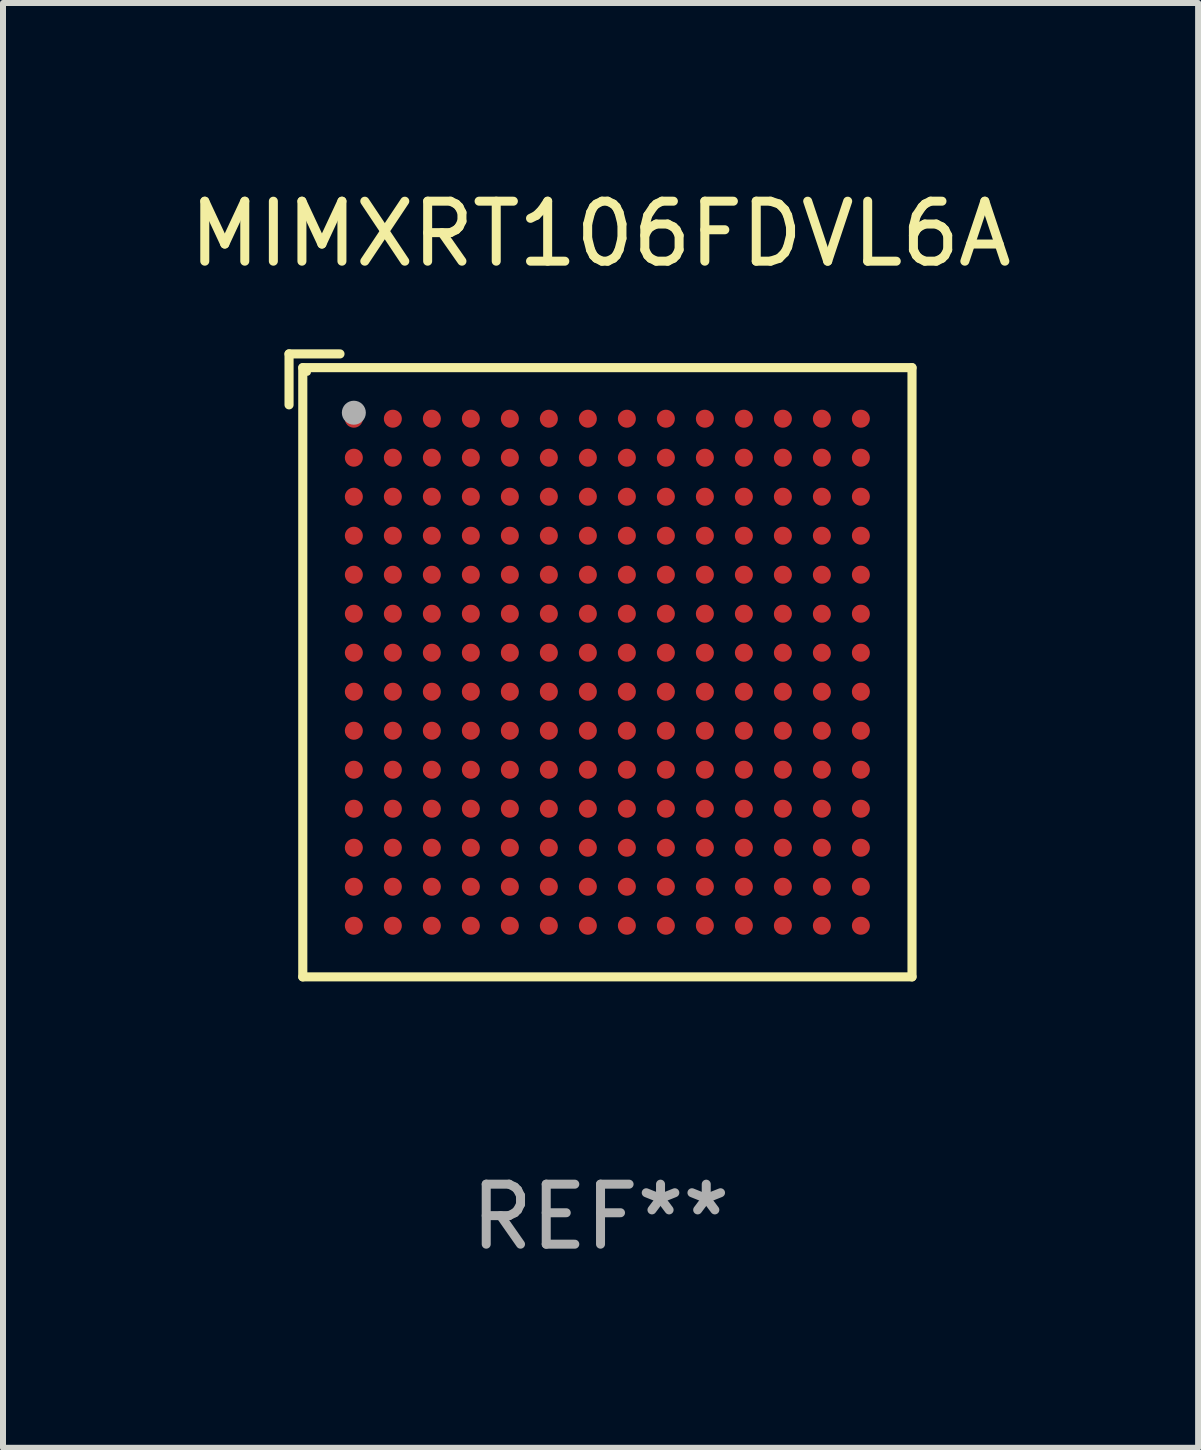
<source format=kicad_pcb>
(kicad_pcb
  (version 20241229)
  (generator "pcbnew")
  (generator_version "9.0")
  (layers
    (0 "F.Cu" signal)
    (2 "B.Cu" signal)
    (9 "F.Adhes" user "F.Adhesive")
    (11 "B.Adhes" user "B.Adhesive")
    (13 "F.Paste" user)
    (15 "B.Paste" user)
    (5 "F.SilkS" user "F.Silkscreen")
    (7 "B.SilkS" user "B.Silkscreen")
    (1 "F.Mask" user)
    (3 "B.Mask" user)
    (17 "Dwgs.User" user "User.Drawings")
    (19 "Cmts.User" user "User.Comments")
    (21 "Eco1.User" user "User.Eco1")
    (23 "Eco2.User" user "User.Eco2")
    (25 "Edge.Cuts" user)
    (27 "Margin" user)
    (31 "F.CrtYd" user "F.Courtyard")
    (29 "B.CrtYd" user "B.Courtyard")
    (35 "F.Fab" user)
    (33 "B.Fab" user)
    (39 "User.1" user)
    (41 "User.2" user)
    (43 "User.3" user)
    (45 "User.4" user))
  (footprint "MIMXRT106FDVL6A"
    (layer "F.Cu")
    (at 6.958 8.039)
    (property "Reference" "MIMXRT106FDVL6A" (at 0 -7.191 0) (layer "F.SilkS") (effects (font (size 1 1) (thickness 0.15))))
    (attr through_hole)
    (fp_line (start -5.191 -5.191) (end -4.342 -5.191) (stroke (width 0.152) (type solid)) (layer "F.SilkS"))
    (fp_line (start -5.191 -4.342) (end -5.191 -5.191) (stroke (width 0.152) (type solid)) (layer "F.SilkS"))
    (fp_line (start -4.962 -4.962) (end 5.191 -4.962) (stroke (width 0.152) (type solid)) (layer "F.SilkS"))
    (fp_line (start -4.962 5.191) (end -4.962 -4.962) (stroke (width 0.152) (type solid)) (layer "F.SilkS"))
    (fp_line (start 5.191 -4.962) (end 5.191 5.191) (stroke (width 0.152) (type solid)) (layer "F.SilkS"))
    (fp_line (start 5.191 5.191) (end -4.962 5.191) (stroke (width 0.152) (type solid)) (layer "F.SilkS"))
    (fp_circle (center -4.886 -4.886) (end -4.856 -4.886) (stroke (width 0.06) (type solid)) (fill no) (layer "F.SilkS"))
    (fp_circle (center -4.111 -4.211) (end -4.011 -4.211) (stroke (width 0.2) (type solid)) (fill no) (layer "F.Fab"))
    (fp_text user "REF**" (at 0 9.191 0) (layer "F.Fab") (effects (font (size 1 1) (thickness 0.15))))
    (pad "A1" smd circle (at -4.111 -4.111) (size 0.3 0.3) (layers "F.Cu" "F.Mask" "F.Paste"))
    (pad "A2" smd circle (at -3.461 -4.111) (size 0.3 0.3) (layers "F.Cu" "F.Mask" "F.Paste"))
    (pad "A3" smd circle (at -2.811 -4.111) (size 0.3 0.3) (layers "F.Cu" "F.Mask" "F.Paste"))
    (pad "A4" smd circle (at -2.161 -4.111) (size 0.3 0.3) (layers "F.Cu" "F.Mask" "F.Paste"))
    (pad "A5" smd circle (at -1.511 -4.111) (size 0.3 0.3) (layers "F.Cu" "F.Mask" "F.Paste"))
    (pad "A6" smd circle (at -0.861 -4.111) (size 0.3 0.3) (layers "F.Cu" "F.Mask" "F.Paste"))
    (pad "A7" smd circle (at -0.211 -4.111) (size 0.3 0.3) (layers "F.Cu" "F.Mask" "F.Paste"))
    (pad "A8" smd circle (at 0.439 -4.111) (size 0.3 0.3) (layers "F.Cu" "F.Mask" "F.Paste"))
    (pad "A9" smd circle (at 1.089 -4.111) (size 0.3 0.3) (layers "F.Cu" "F.Mask" "F.Paste"))
    (pad "A10" smd circle (at 1.739 -4.111) (size 0.3 0.3) (layers "F.Cu" "F.Mask" "F.Paste"))
    (pad "A11" smd circle (at 2.389 -4.111) (size 0.3 0.3) (layers "F.Cu" "F.Mask" "F.Paste"))
    (pad "A12" smd circle (at 3.039 -4.111) (size 0.3 0.3) (layers "F.Cu" "F.Mask" "F.Paste"))
    (pad "A13" smd circle (at 3.689 -4.111) (size 0.3 0.3) (layers "F.Cu" "F.Mask" "F.Paste"))
    (pad "A14" smd circle (at 4.339 -4.111) (size 0.3 0.3) (layers "F.Cu" "F.Mask" "F.Paste"))
    (pad "B1" smd circle (at -4.111 -3.461) (size 0.3 0.3) (layers "F.Cu" "F.Mask" "F.Paste"))
    (pad "B2" smd circle (at -3.461 -3.461) (size 0.3 0.3) (layers "F.Cu" "F.Mask" "F.Paste"))
    (pad "B3" smd circle (at -2.811 -3.461) (size 0.3 0.3) (layers "F.Cu" "F.Mask" "F.Paste"))
    (pad "B4" smd circle (at -2.161 -3.461) (size 0.3 0.3) (layers "F.Cu" "F.Mask" "F.Paste"))
    (pad "B5" smd circle (at -1.511 -3.461) (size 0.3 0.3) (layers "F.Cu" "F.Mask" "F.Paste"))
    (pad "B6" smd circle (at -0.861 -3.461) (size 0.3 0.3) (layers "F.Cu" "F.Mask" "F.Paste"))
    (pad "B7" smd circle (at -0.211 -3.461) (size 0.3 0.3) (layers "F.Cu" "F.Mask" "F.Paste"))
    (pad "B8" smd circle (at 0.439 -3.461) (size 0.3 0.3) (layers "F.Cu" "F.Mask" "F.Paste"))
    (pad "B9" smd circle (at 1.089 -3.461) (size 0.3 0.3) (layers "F.Cu" "F.Mask" "F.Paste"))
    (pad "B10" smd circle (at 1.739 -3.461) (size 0.3 0.3) (layers "F.Cu" "F.Mask" "F.Paste"))
    (pad "B11" smd circle (at 2.389 -3.461) (size 0.3 0.3) (layers "F.Cu" "F.Mask" "F.Paste"))
    (pad "B12" smd circle (at 3.039 -3.461) (size 0.3 0.3) (layers "F.Cu" "F.Mask" "F.Paste"))
    (pad "B13" smd circle (at 3.689 -3.461) (size 0.3 0.3) (layers "F.Cu" "F.Mask" "F.Paste"))
    (pad "B14" smd circle (at 4.339 -3.461) (size 0.3 0.3) (layers "F.Cu" "F.Mask" "F.Paste"))
    (pad "C1" smd circle (at -4.111 -2.811) (size 0.3 0.3) (layers "F.Cu" "F.Mask" "F.Paste"))
    (pad "C2" smd circle (at -3.461 -2.811) (size 0.3 0.3) (layers "F.Cu" "F.Mask" "F.Paste"))
    (pad "C3" smd circle (at -2.811 -2.811) (size 0.3 0.3) (layers "F.Cu" "F.Mask" "F.Paste"))
    (pad "C4" smd circle (at -2.161 -2.811) (size 0.3 0.3) (layers "F.Cu" "F.Mask" "F.Paste"))
    (pad "C5" smd circle (at -1.511 -2.811) (size 0.3 0.3) (layers "F.Cu" "F.Mask" "F.Paste"))
    (pad "C6" smd circle (at -0.861 -2.811) (size 0.3 0.3) (layers "F.Cu" "F.Mask" "F.Paste"))
    (pad "C7" smd circle (at -0.211 -2.811) (size 0.3 0.3) (layers "F.Cu" "F.Mask" "F.Paste"))
    (pad "C8" smd circle (at 0.439 -2.811) (size 0.3 0.3) (layers "F.Cu" "F.Mask" "F.Paste"))
    (pad "C9" smd circle (at 1.089 -2.811) (size 0.3 0.3) (layers "F.Cu" "F.Mask" "F.Paste"))
    (pad "C10" smd circle (at 1.739 -2.811) (size 0.3 0.3) (layers "F.Cu" "F.Mask" "F.Paste"))
    (pad "C11" smd circle (at 2.389 -2.811) (size 0.3 0.3) (layers "F.Cu" "F.Mask" "F.Paste"))
    (pad "C12" smd circle (at 3.039 -2.811) (size 0.3 0.3) (layers "F.Cu" "F.Mask" "F.Paste"))
    (pad "C13" smd circle (at 3.689 -2.811) (size 0.3 0.3) (layers "F.Cu" "F.Mask" "F.Paste"))
    (pad "C14" smd circle (at 4.339 -2.811) (size 0.3 0.3) (layers "F.Cu" "F.Mask" "F.Paste"))
    (pad "D1" smd circle (at -4.111 -2.161) (size 0.3 0.3) (layers "F.Cu" "F.Mask" "F.Paste"))
    (pad "D2" smd circle (at -3.461 -2.161) (size 0.3 0.3) (layers "F.Cu" "F.Mask" "F.Paste"))
    (pad "D3" smd circle (at -2.811 -2.161) (size 0.3 0.3) (layers "F.Cu" "F.Mask" "F.Paste"))
    (pad "D4" smd circle (at -2.161 -2.161) (size 0.3 0.3) (layers "F.Cu" "F.Mask" "F.Paste"))
    (pad "D5" smd circle (at -1.511 -2.161) (size 0.3 0.3) (layers "F.Cu" "F.Mask" "F.Paste"))
    (pad "D6" smd circle (at -0.861 -2.161) (size 0.3 0.3) (layers "F.Cu" "F.Mask" "F.Paste"))
    (pad "D7" smd circle (at -0.211 -2.161) (size 0.3 0.3) (layers "F.Cu" "F.Mask" "F.Paste"))
    (pad "D8" smd circle (at 0.439 -2.161) (size 0.3 0.3) (layers "F.Cu" "F.Mask" "F.Paste"))
    (pad "D9" smd circle (at 1.089 -2.161) (size 0.3 0.3) (layers "F.Cu" "F.Mask" "F.Paste"))
    (pad "D10" smd circle (at 1.739 -2.161) (size 0.3 0.3) (layers "F.Cu" "F.Mask" "F.Paste"))
    (pad "D11" smd circle (at 2.389 -2.161) (size 0.3 0.3) (layers "F.Cu" "F.Mask" "F.Paste"))
    (pad "D12" smd circle (at 3.039 -2.161) (size 0.3 0.3) (layers "F.Cu" "F.Mask" "F.Paste"))
    (pad "D13" smd circle (at 3.689 -2.161) (size 0.3 0.3) (layers "F.Cu" "F.Mask" "F.Paste"))
    (pad "D14" smd circle (at 4.339 -2.161) (size 0.3 0.3) (layers "F.Cu" "F.Mask" "F.Paste"))
    (pad "E1" smd circle (at -4.111 -1.511) (size 0.3 0.3) (layers "F.Cu" "F.Mask" "F.Paste"))
    (pad "E2" smd circle (at -3.461 -1.511) (size 0.3 0.3) (layers "F.Cu" "F.Mask" "F.Paste"))
    (pad "E3" smd circle (at -2.811 -1.511) (size 0.3 0.3) (layers "F.Cu" "F.Mask" "F.Paste"))
    (pad "E4" smd circle (at -2.161 -1.511) (size 0.3 0.3) (layers "F.Cu" "F.Mask" "F.Paste"))
    (pad "E5" smd circle (at -1.511 -1.511) (size 0.3 0.3) (layers "F.Cu" "F.Mask" "F.Paste"))
    (pad "E6" smd circle (at -0.861 -1.511) (size 0.3 0.3) (layers "F.Cu" "F.Mask" "F.Paste"))
    (pad "E7" smd circle (at -0.211 -1.511) (size 0.3 0.3) (layers "F.Cu" "F.Mask" "F.Paste"))
    (pad "E8" smd circle (at 0.439 -1.511) (size 0.3 0.3) (layers "F.Cu" "F.Mask" "F.Paste"))
    (pad "E9" smd circle (at 1.089 -1.511) (size 0.3 0.3) (layers "F.Cu" "F.Mask" "F.Paste"))
    (pad "E10" smd circle (at 1.739 -1.511) (size 0.3 0.3) (layers "F.Cu" "F.Mask" "F.Paste"))
    (pad "E11" smd circle (at 2.389 -1.511) (size 0.3 0.3) (layers "F.Cu" "F.Mask" "F.Paste"))
    (pad "E12" smd circle (at 3.039 -1.511) (size 0.3 0.3) (layers "F.Cu" "F.Mask" "F.Paste"))
    (pad "E13" smd circle (at 3.689 -1.511) (size 0.3 0.3) (layers "F.Cu" "F.Mask" "F.Paste"))
    (pad "E14" smd circle (at 4.339 -1.511) (size 0.3 0.3) (layers "F.Cu" "F.Mask" "F.Paste"))
    (pad "F1" smd circle (at -4.111 -0.861) (size 0.3 0.3) (layers "F.Cu" "F.Mask" "F.Paste"))
    (pad "F2" smd circle (at -3.461 -0.861) (size 0.3 0.3) (layers "F.Cu" "F.Mask" "F.Paste"))
    (pad "F3" smd circle (at -2.811 -0.861) (size 0.3 0.3) (layers "F.Cu" "F.Mask" "F.Paste"))
    (pad "F4" smd circle (at -2.161 -0.861) (size 0.3 0.3) (layers "F.Cu" "F.Mask" "F.Paste"))
    (pad "F5" smd circle (at -1.511 -0.861) (size 0.3 0.3) (layers "F.Cu" "F.Mask" "F.Paste"))
    (pad "F6" smd circle (at -0.861 -0.861) (size 0.3 0.3) (layers "F.Cu" "F.Mask" "F.Paste"))
    (pad "F7" smd circle (at -0.211 -0.861) (size 0.3 0.3) (layers "F.Cu" "F.Mask" "F.Paste"))
    (pad "F8" smd circle (at 0.439 -0.861) (size 0.3 0.3) (layers "F.Cu" "F.Mask" "F.Paste"))
    (pad "F9" smd circle (at 1.089 -0.861) (size 0.3 0.3) (layers "F.Cu" "F.Mask" "F.Paste"))
    (pad "F10" smd circle (at 1.739 -0.861) (size 0.3 0.3) (layers "F.Cu" "F.Mask" "F.Paste"))
    (pad "F11" smd circle (at 2.389 -0.861) (size 0.3 0.3) (layers "F.Cu" "F.Mask" "F.Paste"))
    (pad "F12" smd circle (at 3.039 -0.861) (size 0.3 0.3) (layers "F.Cu" "F.Mask" "F.Paste"))
    (pad "F13" smd circle (at 3.689 -0.861) (size 0.3 0.3) (layers "F.Cu" "F.Mask" "F.Paste"))
    (pad "F14" smd circle (at 4.339 -0.861) (size 0.3 0.3) (layers "F.Cu" "F.Mask" "F.Paste"))
    (pad "G1" smd circle (at -4.111 -0.211) (size 0.3 0.3) (layers "F.Cu" "F.Mask" "F.Paste"))
    (pad "G2" smd circle (at -3.461 -0.211) (size 0.3 0.3) (layers "F.Cu" "F.Mask" "F.Paste"))
    (pad "G3" smd circle (at -2.811 -0.211) (size 0.3 0.3) (layers "F.Cu" "F.Mask" "F.Paste"))
    (pad "G4" smd circle (at -2.161 -0.211) (size 0.3 0.3) (layers "F.Cu" "F.Mask" "F.Paste"))
    (pad "G5" smd circle (at -1.511 -0.211) (size 0.3 0.3) (layers "F.Cu" "F.Mask" "F.Paste"))
    (pad "G6" smd circle (at -0.861 -0.211) (size 0.3 0.3) (layers "F.Cu" "F.Mask" "F.Paste"))
    (pad "G7" smd circle (at -0.211 -0.211) (size 0.3 0.3) (layers "F.Cu" "F.Mask" "F.Paste"))
    (pad "G8" smd circle (at 0.439 -0.211) (size 0.3 0.3) (layers "F.Cu" "F.Mask" "F.Paste"))
    (pad "G9" smd circle (at 1.089 -0.211) (size 0.3 0.3) (layers "F.Cu" "F.Mask" "F.Paste"))
    (pad "G10" smd circle (at 1.739 -0.211) (size 0.3 0.3) (layers "F.Cu" "F.Mask" "F.Paste"))
    (pad "G11" smd circle (at 2.389 -0.211) (size 0.3 0.3) (layers "F.Cu" "F.Mask" "F.Paste"))
    (pad "G12" smd circle (at 3.039 -0.211) (size 0.3 0.3) (layers "F.Cu" "F.Mask" "F.Paste"))
    (pad "G13" smd circle (at 3.689 -0.211) (size 0.3 0.3) (layers "F.Cu" "F.Mask" "F.Paste"))
    (pad "G14" smd circle (at 4.339 -0.211) (size 0.3 0.3) (layers "F.Cu" "F.Mask" "F.Paste"))
    (pad "H1" smd circle (at -4.111 0.439) (size 0.3 0.3) (layers "F.Cu" "F.Mask" "F.Paste"))
    (pad "H2" smd circle (at -3.461 0.439) (size 0.3 0.3) (layers "F.Cu" "F.Mask" "F.Paste"))
    (pad "H3" smd circle (at -2.811 0.439) (size 0.3 0.3) (layers "F.Cu" "F.Mask" "F.Paste"))
    (pad "H4" smd circle (at -2.161 0.439) (size 0.3 0.3) (layers "F.Cu" "F.Mask" "F.Paste"))
    (pad "H5" smd circle (at -1.511 0.439) (size 0.3 0.3) (layers "F.Cu" "F.Mask" "F.Paste"))
    (pad "H6" smd circle (at -0.861 0.439) (size 0.3 0.3) (layers "F.Cu" "F.Mask" "F.Paste"))
    (pad "H7" smd circle (at -0.211 0.439) (size 0.3 0.3) (layers "F.Cu" "F.Mask" "F.Paste"))
    (pad "H8" smd circle (at 0.439 0.439) (size 0.3 0.3) (layers "F.Cu" "F.Mask" "F.Paste"))
    (pad "H9" smd circle (at 1.089 0.439) (size 0.3 0.3) (layers "F.Cu" "F.Mask" "F.Paste"))
    (pad "H10" smd circle (at 1.739 0.439) (size 0.3 0.3) (layers "F.Cu" "F.Mask" "F.Paste"))
    (pad "H11" smd circle (at 2.389 0.439) (size 0.3 0.3) (layers "F.Cu" "F.Mask" "F.Paste"))
    (pad "H12" smd circle (at 3.039 0.439) (size 0.3 0.3) (layers "F.Cu" "F.Mask" "F.Paste"))
    (pad "H13" smd circle (at 3.689 0.439) (size 0.3 0.3) (layers "F.Cu" "F.Mask" "F.Paste"))
    (pad "H14" smd circle (at 4.339 0.439) (size 0.3 0.3) (layers "F.Cu" "F.Mask" "F.Paste"))
    (pad "J1" smd circle (at -4.111 1.089) (size 0.3 0.3) (layers "F.Cu" "F.Mask" "F.Paste"))
    (pad "J2" smd circle (at -3.461 1.089) (size 0.3 0.3) (layers "F.Cu" "F.Mask" "F.Paste"))
    (pad "J3" smd circle (at -2.811 1.089) (size 0.3 0.3) (layers "F.Cu" "F.Mask" "F.Paste"))
    (pad "J4" smd circle (at -2.161 1.089) (size 0.3 0.3) (layers "F.Cu" "F.Mask" "F.Paste"))
    (pad "J5" smd circle (at -1.511 1.089) (size 0.3 0.3) (layers "F.Cu" "F.Mask" "F.Paste"))
    (pad "J6" smd circle (at -0.861 1.089) (size 0.3 0.3) (layers "F.Cu" "F.Mask" "F.Paste"))
    (pad "J7" smd circle (at -0.211 1.089) (size 0.3 0.3) (layers "F.Cu" "F.Mask" "F.Paste"))
    (pad "J8" smd circle (at 0.439 1.089) (size 0.3 0.3) (layers "F.Cu" "F.Mask" "F.Paste"))
    (pad "J9" smd circle (at 1.089 1.089) (size 0.3 0.3) (layers "F.Cu" "F.Mask" "F.Paste"))
    (pad "J10" smd circle (at 1.739 1.089) (size 0.3 0.3) (layers "F.Cu" "F.Mask" "F.Paste"))
    (pad "J11" smd circle (at 2.389 1.089) (size 0.3 0.3) (layers "F.Cu" "F.Mask" "F.Paste"))
    (pad "J12" smd circle (at 3.039 1.089) (size 0.3 0.3) (layers "F.Cu" "F.Mask" "F.Paste"))
    (pad "J13" smd circle (at 3.689 1.089) (size 0.3 0.3) (layers "F.Cu" "F.Mask" "F.Paste"))
    (pad "J14" smd circle (at 4.339 1.089) (size 0.3 0.3) (layers "F.Cu" "F.Mask" "F.Paste"))
    (pad "K1" smd circle (at -4.111 1.739) (size 0.3 0.3) (layers "F.Cu" "F.Mask" "F.Paste"))
    (pad "K2" smd circle (at -3.461 1.739) (size 0.3 0.3) (layers "F.Cu" "F.Mask" "F.Paste"))
    (pad "K3" smd circle (at -2.811 1.739) (size 0.3 0.3) (layers "F.Cu" "F.Mask" "F.Paste"))
    (pad "K4" smd circle (at -2.161 1.739) (size 0.3 0.3) (layers "F.Cu" "F.Mask" "F.Paste"))
    (pad "K5" smd circle (at -1.511 1.739) (size 0.3 0.3) (layers "F.Cu" "F.Mask" "F.Paste"))
    (pad "K6" smd circle (at -0.861 1.739) (size 0.3 0.3) (layers "F.Cu" "F.Mask" "F.Paste"))
    (pad "K7" smd circle (at -0.211 1.739) (size 0.3 0.3) (layers "F.Cu" "F.Mask" "F.Paste"))
    (pad "K8" smd circle (at 0.439 1.739) (size 0.3 0.3) (layers "F.Cu" "F.Mask" "F.Paste"))
    (pad "K9" smd circle (at 1.089 1.739) (size 0.3 0.3) (layers "F.Cu" "F.Mask" "F.Paste"))
    (pad "K10" smd circle (at 1.739 1.739) (size 0.3 0.3) (layers "F.Cu" "F.Mask" "F.Paste"))
    (pad "K11" smd circle (at 2.389 1.739) (size 0.3 0.3) (layers "F.Cu" "F.Mask" "F.Paste"))
    (pad "K12" smd circle (at 3.039 1.739) (size 0.3 0.3) (layers "F.Cu" "F.Mask" "F.Paste"))
    (pad "K13" smd circle (at 3.689 1.739) (size 0.3 0.3) (layers "F.Cu" "F.Mask" "F.Paste"))
    (pad "K14" smd circle (at 4.339 1.739) (size 0.3 0.3) (layers "F.Cu" "F.Mask" "F.Paste"))
    (pad "L1" smd circle (at -4.111 2.389) (size 0.3 0.3) (layers "F.Cu" "F.Mask" "F.Paste"))
    (pad "L2" smd circle (at -3.461 2.389) (size 0.3 0.3) (layers "F.Cu" "F.Mask" "F.Paste"))
    (pad "L3" smd circle (at -2.811 2.389) (size 0.3 0.3) (layers "F.Cu" "F.Mask" "F.Paste"))
    (pad "L4" smd circle (at -2.161 2.389) (size 0.3 0.3) (layers "F.Cu" "F.Mask" "F.Paste"))
    (pad "L5" smd circle (at -1.511 2.389) (size 0.3 0.3) (layers "F.Cu" "F.Mask" "F.Paste"))
    (pad "L6" smd circle (at -0.861 2.389) (size 0.3 0.3) (layers "F.Cu" "F.Mask" "F.Paste"))
    (pad "L7" smd circle (at -0.211 2.389) (size 0.3 0.3) (layers "F.Cu" "F.Mask" "F.Paste"))
    (pad "L8" smd circle (at 0.439 2.389) (size 0.3 0.3) (layers "F.Cu" "F.Mask" "F.Paste"))
    (pad "L9" smd circle (at 1.089 2.389) (size 0.3 0.3) (layers "F.Cu" "F.Mask" "F.Paste"))
    (pad "L10" smd circle (at 1.739 2.389) (size 0.3 0.3) (layers "F.Cu" "F.Mask" "F.Paste"))
    (pad "L11" smd circle (at 2.389 2.389) (size 0.3 0.3) (layers "F.Cu" "F.Mask" "F.Paste"))
    (pad "L12" smd circle (at 3.039 2.389) (size 0.3 0.3) (layers "F.Cu" "F.Mask" "F.Paste"))
    (pad "L13" smd circle (at 3.689 2.389) (size 0.3 0.3) (layers "F.Cu" "F.Mask" "F.Paste"))
    (pad "L14" smd circle (at 4.339 2.389) (size 0.3 0.3) (layers "F.Cu" "F.Mask" "F.Paste"))
    (pad "M1" smd circle (at -4.111 3.039) (size 0.3 0.3) (layers "F.Cu" "F.Mask" "F.Paste"))
    (pad "M2" smd circle (at -3.461 3.039) (size 0.3 0.3) (layers "F.Cu" "F.Mask" "F.Paste"))
    (pad "M3" smd circle (at -2.811 3.039) (size 0.3 0.3) (layers "F.Cu" "F.Mask" "F.Paste"))
    (pad "M4" smd circle (at -2.161 3.039) (size 0.3 0.3) (layers "F.Cu" "F.Mask" "F.Paste"))
    (pad "M5" smd circle (at -1.511 3.039) (size 0.3 0.3) (layers "F.Cu" "F.Mask" "F.Paste"))
    (pad "M6" smd circle (at -0.861 3.039) (size 0.3 0.3) (layers "F.Cu" "F.Mask" "F.Paste"))
    (pad "M7" smd circle (at -0.211 3.039) (size 0.3 0.3) (layers "F.Cu" "F.Mask" "F.Paste"))
    (pad "M8" smd circle (at 0.439 3.039) (size 0.3 0.3) (layers "F.Cu" "F.Mask" "F.Paste"))
    (pad "M9" smd circle (at 1.089 3.039) (size 0.3 0.3) (layers "F.Cu" "F.Mask" "F.Paste"))
    (pad "M10" smd circle (at 1.739 3.039) (size 0.3 0.3) (layers "F.Cu" "F.Mask" "F.Paste"))
    (pad "M11" smd circle (at 2.389 3.039) (size 0.3 0.3) (layers "F.Cu" "F.Mask" "F.Paste"))
    (pad "M12" smd circle (at 3.039 3.039) (size 0.3 0.3) (layers "F.Cu" "F.Mask" "F.Paste"))
    (pad "M13" smd circle (at 3.689 3.039) (size 0.3 0.3) (layers "F.Cu" "F.Mask" "F.Paste"))
    (pad "M14" smd circle (at 4.339 3.039) (size 0.3 0.3) (layers "F.Cu" "F.Mask" "F.Paste"))
    (pad "N1" smd circle (at -4.111 3.689) (size 0.3 0.3) (layers "F.Cu" "F.Mask" "F.Paste"))
    (pad "N2" smd circle (at -3.461 3.689) (size 0.3 0.3) (layers "F.Cu" "F.Mask" "F.Paste"))
    (pad "N3" smd circle (at -2.811 3.689) (size 0.3 0.3) (layers "F.Cu" "F.Mask" "F.Paste"))
    (pad "N4" smd circle (at -2.161 3.689) (size 0.3 0.3) (layers "F.Cu" "F.Mask" "F.Paste"))
    (pad "N5" smd circle (at -1.511 3.689) (size 0.3 0.3) (layers "F.Cu" "F.Mask" "F.Paste"))
    (pad "N6" smd circle (at -0.861 3.689) (size 0.3 0.3) (layers "F.Cu" "F.Mask" "F.Paste"))
    (pad "N7" smd circle (at -0.211 3.689) (size 0.3 0.3) (layers "F.Cu" "F.Mask" "F.Paste"))
    (pad "N8" smd circle (at 0.439 3.689) (size 0.3 0.3) (layers "F.Cu" "F.Mask" "F.Paste"))
    (pad "N9" smd circle (at 1.089 3.689) (size 0.3 0.3) (layers "F.Cu" "F.Mask" "F.Paste"))
    (pad "N10" smd circle (at 1.739 3.689) (size 0.3 0.3) (layers "F.Cu" "F.Mask" "F.Paste"))
    (pad "N11" smd circle (at 2.389 3.689) (size 0.3 0.3) (layers "F.Cu" "F.Mask" "F.Paste"))
    (pad "N12" smd circle (at 3.039 3.689) (size 0.3 0.3) (layers "F.Cu" "F.Mask" "F.Paste"))
    (pad "N13" smd circle (at 3.689 3.689) (size 0.3 0.3) (layers "F.Cu" "F.Mask" "F.Paste"))
    (pad "N14" smd circle (at 4.339 3.689) (size 0.3 0.3) (layers "F.Cu" "F.Mask" "F.Paste"))
    (pad "P1" smd circle (at -4.111 4.339) (size 0.3 0.3) (layers "F.Cu" "F.Mask" "F.Paste"))
    (pad "P2" smd circle (at -3.461 4.339) (size 0.3 0.3) (layers "F.Cu" "F.Mask" "F.Paste"))
    (pad "P3" smd circle (at -2.811 4.339) (size 0.3 0.3) (layers "F.Cu" "F.Mask" "F.Paste"))
    (pad "P4" smd circle (at -2.161 4.339) (size 0.3 0.3) (layers "F.Cu" "F.Mask" "F.Paste"))
    (pad "P5" smd circle (at -1.511 4.339) (size 0.3 0.3) (layers "F.Cu" "F.Mask" "F.Paste"))
    (pad "P6" smd circle (at -0.861 4.339) (size 0.3 0.3) (layers "F.Cu" "F.Mask" "F.Paste"))
    (pad "P7" smd circle (at -0.211 4.339) (size 0.3 0.3) (layers "F.Cu" "F.Mask" "F.Paste"))
    (pad "P8" smd circle (at 0.439 4.339) (size 0.3 0.3) (layers "F.Cu" "F.Mask" "F.Paste"))
    (pad "P9" smd circle (at 1.089 4.339) (size 0.3 0.3) (layers "F.Cu" "F.Mask" "F.Paste"))
    (pad "P10" smd circle (at 1.739 4.339) (size 0.3 0.3) (layers "F.Cu" "F.Mask" "F.Paste"))
    (pad "P11" smd circle (at 2.389 4.339) (size 0.3 0.3) (layers "F.Cu" "F.Mask" "F.Paste"))
    (pad "P12" smd circle (at 3.039 4.339) (size 0.3 0.3) (layers "F.Cu" "F.Mask" "F.Paste"))
    (pad "P13" smd circle (at 3.689 4.339) (size 0.3 0.3) (layers "F.Cu" "F.Mask" "F.Paste"))
    (pad "P14" smd circle (at 4.339 4.339) (size 0.3 0.3) (layers "F.Cu" "F.Mask" "F.Paste")))
  (gr_rect
    (start -3 -3)
    (end 16.917 21.078)
    (stroke (width 0.1) (type default))
    (fill no)
    (layer "Edge.Cuts")))
</source>
